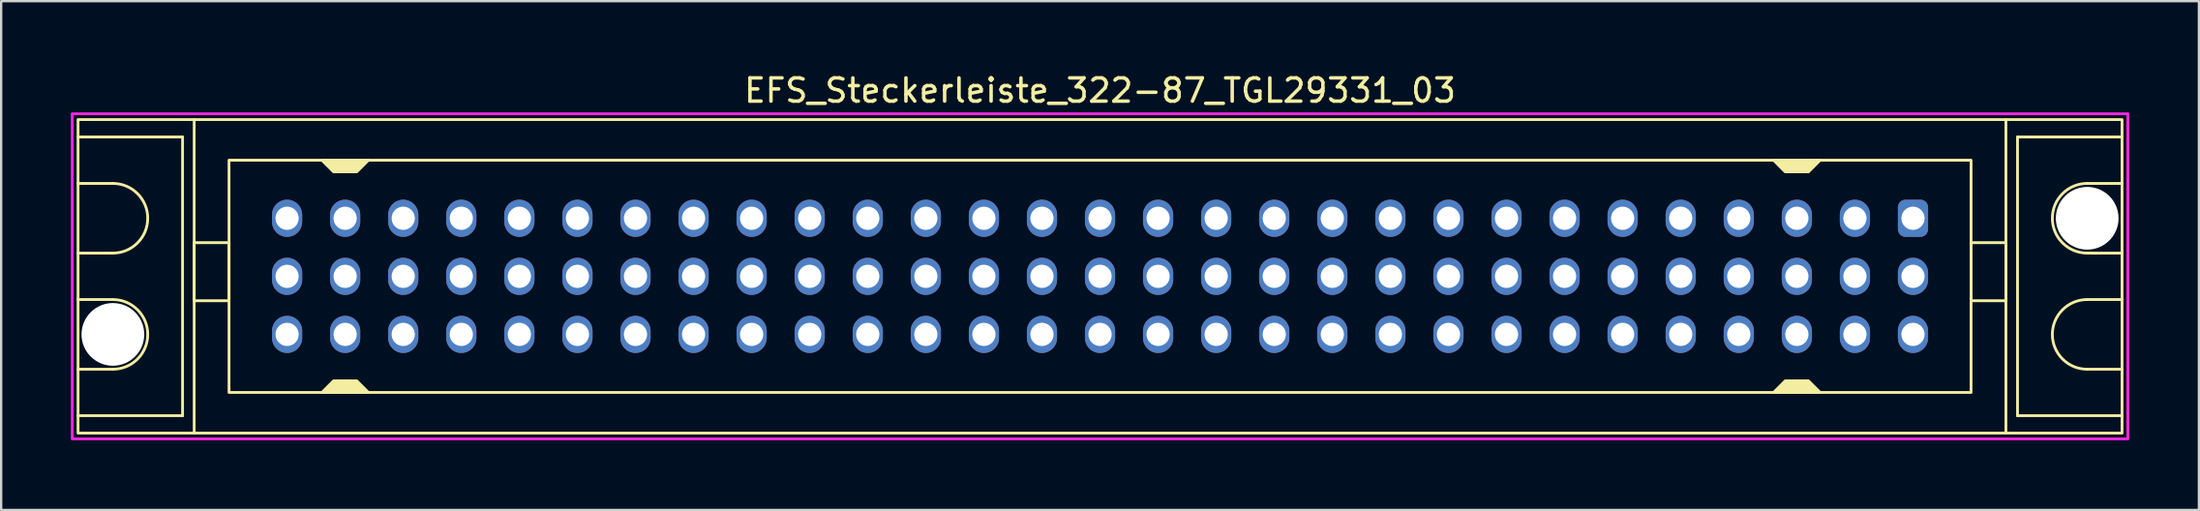
<source format=kicad_pcb>
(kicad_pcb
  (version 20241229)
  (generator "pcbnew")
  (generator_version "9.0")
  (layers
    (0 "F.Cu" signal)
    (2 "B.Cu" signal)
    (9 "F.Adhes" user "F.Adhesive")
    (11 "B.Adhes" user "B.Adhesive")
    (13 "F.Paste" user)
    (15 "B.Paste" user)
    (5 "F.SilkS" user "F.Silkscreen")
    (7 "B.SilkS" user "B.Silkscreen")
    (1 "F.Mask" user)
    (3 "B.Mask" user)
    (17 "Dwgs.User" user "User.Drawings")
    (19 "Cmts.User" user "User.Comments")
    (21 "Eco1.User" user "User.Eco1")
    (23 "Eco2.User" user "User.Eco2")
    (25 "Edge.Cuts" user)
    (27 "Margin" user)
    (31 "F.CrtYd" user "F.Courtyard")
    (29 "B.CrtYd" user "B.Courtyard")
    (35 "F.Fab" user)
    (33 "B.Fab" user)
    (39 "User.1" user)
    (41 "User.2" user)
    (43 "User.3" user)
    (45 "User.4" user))
  (footprint "EFS_Steckerleiste_322-87_TGL29331_03"
    (layer "F.Cu")
    (at 44.31 8.848)
    (property "Reference" "EFS_Steckerleiste_322-87_TGL29331_03" (at 0 -8 180) (layer "F.SilkS") (effects (font (size 1 1) (thickness 0.15))))
    (attr through_hole)
    (fp_line (start -44 -6) (end -39.5 -6) (stroke (width 0.12) (type solid)) (layer "F.SilkS"))
    (fp_line (start -42.5 -4) (end -44 -4) (stroke (width 0.12) (type solid)) (layer "F.SilkS"))
    (fp_line (start -42.5 -1) (end -44 -1) (stroke (width 0.12) (type solid)) (layer "F.SilkS"))
    (fp_line (start -42.5 1) (end -44 1) (stroke (width 0.12) (type solid)) (layer "F.SilkS"))
    (fp_line (start -42.5 4) (end -44 4) (stroke (width 0.12) (type solid)) (layer "F.SilkS"))
    (fp_line (start -39.5 -6) (end -39.5 6) (stroke (width 0.12) (type solid)) (layer "F.SilkS"))
    (fp_line (start -39.5 6) (end -44 6) (stroke (width 0.12) (type solid)) (layer "F.SilkS"))
    (fp_line (start -39 6.75) (end -39 -6.75) (stroke (width 0.12) (type solid)) (layer "F.SilkS"))
    (fp_line (start 39 6.75) (end 39 -6.75) (stroke (width 0.12) (type solid)) (layer "F.SilkS"))
    (fp_line (start 39.5 -6) (end 39.5 6) (stroke (width 0.12) (type solid)) (layer "F.SilkS"))
    (fp_line (start 39.5 6) (end 44 6) (stroke (width 0.12) (type solid)) (layer "F.SilkS"))
    (fp_line (start 42.5 -4) (end 44 -4) (stroke (width 0.12) (type solid)) (layer "F.SilkS"))
    (fp_line (start 42.5 -1) (end 44 -1) (stroke (width 0.12) (type solid)) (layer "F.SilkS"))
    (fp_line (start 42.5 1) (end 44 1) (stroke (width 0.12) (type solid)) (layer "F.SilkS"))
    (fp_line (start 42.5 4) (end 44 4) (stroke (width 0.12) (type solid)) (layer "F.SilkS"))
    (fp_line (start 44 -6) (end 39.5 -6) (stroke (width 0.12) (type solid)) (layer "F.SilkS"))
    (fp_rect (start -44 -6.75) (end 44 6.75) (stroke (width 0.12) (type solid)) (fill no) (layer "F.SilkS"))
    (fp_rect (start -37.5 -5) (end 37.5 5) (stroke (width 0.12) (type solid)) (fill no) (layer "F.SilkS"))
    (fp_rect (start -37.5 -1.45) (end -39 1.05) (stroke (width 0.12) (type solid)) (fill no) (layer "F.SilkS"))
    (fp_rect (start 39 -1.45) (end 37.5 1.05) (stroke (width 0.12) (type solid)) (fill no) (layer "F.SilkS"))
    (fp_arc (start -42.5 -4) (mid -41 -2.5) (end -42.5 -1) (stroke (width 0.12) (type solid)) (layer "F.SilkS"))
    (fp_arc (start -42.5 1) (mid -41 2.5) (end -42.5 4) (stroke (width 0.12) (type solid)) (layer "F.SilkS"))
    (fp_arc (start 42.5 -1) (mid 41 -2.5) (end 42.5 -4) (stroke (width 0.12) (type solid)) (layer "F.SilkS"))
    (fp_arc (start 42.5 4) (mid 41 2.5) (end 42.5 1) (stroke (width 0.12) (type solid)) (layer "F.SilkS"))
    (fp_poly (pts (xy -33 4.5) (xy -32 4.5) (xy -31.5 5) (xy -33.5 5)) (stroke (width 0.12) (type solid)) (fill yes) (layer "F.SilkS"))
    (fp_poly (pts (xy -32 -4.5) (xy -33 -4.5) (xy -33.5 -5) (xy -31.5 -5)) (stroke (width 0.12) (type solid)) (fill yes) (layer "F.SilkS"))
    (fp_poly (pts (xy 29.5 4.5) (xy 30.5 4.5) (xy 31 5) (xy 29 5)) (stroke (width 0.12) (type solid)) (fill yes) (layer "F.SilkS"))
    (fp_poly (pts (xy 30.5 -4.5) (xy 29.5 -4.5) (xy 29 -5) (xy 31 -5)) (stroke (width 0.12) (type solid)) (fill yes) (layer "F.SilkS"))
    (fp_rect (start -44.25 -7) (end 44.25 7) (stroke (width 0.12) (type solid)) (fill no) (layer "F.CrtYd"))
    (pad "" np_thru_hole circle (at -42.5 2.5) (size 2.7 2.7) (drill 2.7) (layers "*.Cu" "*.Mask"))
    (pad "" np_thru_hole circle (at 42.5 -2.5) (size 2.7 2.7) (drill 2.7) (layers "*.Cu" "*.Mask"))
    (pad "1a" thru_hole roundrect (at 35 -2.5) (size 1.3 1.6) (drill 1) (layers "*.Cu" "*.Mask") (roundrect_rratio 0.25))
    (pad "1b" thru_hole oval (at 35 0) (size 1.3 1.6) (drill 1) (layers "*.Cu" "*.Mask"))
    (pad "1c" thru_hole oval (at 35 2.5) (size 1.3 1.6) (drill 1) (layers "*.Cu" "*.Mask"))
    (pad "2a" thru_hole oval (at 32.5 -2.5) (size 1.3 1.6) (drill 1) (layers "*.Cu" "*.Mask"))
    (pad "2b" thru_hole oval (at 32.5 0) (size 1.3 1.6) (drill 1) (layers "*.Cu" "*.Mask"))
    (pad "2c" thru_hole oval (at 32.5 2.5) (size 1.3 1.6) (drill 1) (layers "*.Cu" "*.Mask"))
    (pad "3a" thru_hole oval (at 30 -2.5) (size 1.3 1.6) (drill 1) (layers "*.Cu" "*.Mask"))
    (pad "3b" thru_hole oval (at 30 0) (size 1.3 1.6) (drill 1) (layers "*.Cu" "*.Mask"))
    (pad "3c" thru_hole oval (at 30 2.5) (size 1.3 1.6) (drill 1) (layers "*.Cu" "*.Mask"))
    (pad "4a" thru_hole oval (at 27.5 -2.5) (size 1.3 1.6) (drill 1) (layers "*.Cu" "*.Mask"))
    (pad "4b" thru_hole oval (at 27.5 0) (size 1.3 1.6) (drill 1) (layers "*.Cu" "*.Mask"))
    (pad "4c" thru_hole oval (at 27.5 2.5) (size 1.3 1.6) (drill 1) (layers "*.Cu" "*.Mask"))
    (pad "5a" thru_hole oval (at 25 -2.5) (size 1.3 1.6) (drill 1) (layers "*.Cu" "*.Mask"))
    (pad "5b" thru_hole oval (at 25 0) (size 1.3 1.6) (drill 1) (layers "*.Cu" "*.Mask"))
    (pad "5c" thru_hole oval (at 25 2.5) (size 1.3 1.6) (drill 1) (layers "*.Cu" "*.Mask"))
    (pad "6a" thru_hole oval (at 22.5 -2.5) (size 1.3 1.6) (drill 1) (layers "*.Cu" "*.Mask"))
    (pad "6b" thru_hole oval (at 22.5 0) (size 1.3 1.6) (drill 1) (layers "*.Cu" "*.Mask"))
    (pad "6c" thru_hole oval (at 22.5 2.5) (size 1.3 1.6) (drill 1) (layers "*.Cu" "*.Mask"))
    (pad "7a" thru_hole oval (at 20 -2.5) (size 1.3 1.6) (drill 1) (layers "*.Cu" "*.Mask"))
    (pad "7b" thru_hole oval (at 20 0) (size 1.3 1.6) (drill 1) (layers "*.Cu" "*.Mask"))
    (pad "7c" thru_hole oval (at 20 2.5) (size 1.3 1.6) (drill 1) (layers "*.Cu" "*.Mask"))
    (pad "8a" thru_hole oval (at 17.5 -2.5) (size 1.3 1.6) (drill 1) (layers "*.Cu" "*.Mask"))
    (pad "8b" thru_hole oval (at 17.5 0) (size 1.3 1.6) (drill 1) (layers "*.Cu" "*.Mask"))
    (pad "8c" thru_hole oval (at 17.5 2.5) (size 1.3 1.6) (drill 1) (layers "*.Cu" "*.Mask"))
    (pad "9a" thru_hole oval (at 15 -2.5) (size 1.3 1.6) (drill 1) (layers "*.Cu" "*.Mask"))
    (pad "9b" thru_hole oval (at 15 0) (size 1.3 1.6) (drill 1) (layers "*.Cu" "*.Mask"))
    (pad "9c" thru_hole oval (at 15 2.5) (size 1.3 1.6) (drill 1) (layers "*.Cu" "*.Mask"))
    (pad "10a" thru_hole oval (at 12.5 -2.5) (size 1.3 1.6) (drill 1) (layers "*.Cu" "*.Mask"))
    (pad "10b" thru_hole oval (at 12.5 0) (size 1.3 1.6) (drill 1) (layers "*.Cu" "*.Mask"))
    (pad "10c" thru_hole oval (at 12.5 2.5) (size 1.3 1.6) (drill 1) (layers "*.Cu" "*.Mask"))
    (pad "11a" thru_hole oval (at 10 -2.5) (size 1.3 1.6) (drill 1) (layers "*.Cu" "*.Mask"))
    (pad "11b" thru_hole oval (at 10 0) (size 1.3 1.6) (drill 1) (layers "*.Cu" "*.Mask"))
    (pad "11c" thru_hole oval (at 10 2.5) (size 1.3 1.6) (drill 1) (layers "*.Cu" "*.Mask"))
    (pad "12a" thru_hole oval (at 7.5 -2.5) (size 1.3 1.6) (drill 1) (layers "*.Cu" "*.Mask"))
    (pad "12b" thru_hole oval (at 7.5 0) (size 1.3 1.6) (drill 1) (layers "*.Cu" "*.Mask"))
    (pad "12c" thru_hole oval (at 7.5 2.5) (size 1.3 1.6) (drill 1) (layers "*.Cu" "*.Mask"))
    (pad "13a" thru_hole oval (at 5 -2.5) (size 1.3 1.6) (drill 1) (layers "*.Cu" "*.Mask"))
    (pad "13b" thru_hole oval (at 5 0) (size 1.3 1.6) (drill 1) (layers "*.Cu" "*.Mask"))
    (pad "13c" thru_hole oval (at 5 2.5) (size 1.3 1.6) (drill 1) (layers "*.Cu" "*.Mask"))
    (pad "14a" thru_hole oval (at 2.5 -2.5) (size 1.3 1.6) (drill 1) (layers "*.Cu" "*.Mask"))
    (pad "14b" thru_hole oval (at 2.5 0) (size 1.3 1.6) (drill 1) (layers "*.Cu" "*.Mask"))
    (pad "14c" thru_hole oval (at 2.5 2.5) (size 1.3 1.6) (drill 1) (layers "*.Cu" "*.Mask"))
    (pad "15a" thru_hole oval (at 0 -2.5) (size 1.3 1.6) (drill 1) (layers "*.Cu" "*.Mask"))
    (pad "15b" thru_hole oval (at 0 0) (size 1.3 1.6) (drill 1) (layers "*.Cu" "*.Mask"))
    (pad "15c" thru_hole oval (at 0 2.5) (size 1.3 1.6) (drill 1) (layers "*.Cu" "*.Mask"))
    (pad "16a" thru_hole oval (at -2.5 -2.5) (size 1.3 1.6) (drill 1) (layers "*.Cu" "*.Mask"))
    (pad "16b" thru_hole oval (at -2.5 0) (size 1.3 1.6) (drill 1) (layers "*.Cu" "*.Mask"))
    (pad "16c" thru_hole oval (at -2.5 2.5) (size 1.3 1.6) (drill 1) (layers "*.Cu" "*.Mask"))
    (pad "17a" thru_hole oval (at -5 -2.5) (size 1.3 1.6) (drill 1) (layers "*.Cu" "*.Mask"))
    (pad "17b" thru_hole oval (at -5 0) (size 1.3 1.6) (drill 1) (layers "*.Cu" "*.Mask"))
    (pad "17c" thru_hole oval (at -5 2.5) (size 1.3 1.6) (drill 1) (layers "*.Cu" "*.Mask"))
    (pad "18a" thru_hole oval (at -7.5 -2.5) (size 1.3 1.6) (drill 1) (layers "*.Cu" "*.Mask"))
    (pad "18b" thru_hole oval (at -7.5 0) (size 1.3 1.6) (drill 1) (layers "*.Cu" "*.Mask"))
    (pad "18c" thru_hole oval (at -7.5 2.5) (size 1.3 1.6) (drill 1) (layers "*.Cu" "*.Mask"))
    (pad "19a" thru_hole oval (at -10 -2.5) (size 1.3 1.6) (drill 1) (layers "*.Cu" "*.Mask"))
    (pad "19b" thru_hole oval (at -10 0) (size 1.3 1.6) (drill 1) (layers "*.Cu" "*.Mask"))
    (pad "19c" thru_hole oval (at -10 2.5) (size 1.3 1.6) (drill 1) (layers "*.Cu" "*.Mask"))
    (pad "20a" thru_hole oval (at -12.5 -2.5) (size 1.3 1.6) (drill 1) (layers "*.Cu" "*.Mask"))
    (pad "20b" thru_hole oval (at -12.5 0) (size 1.3 1.6) (drill 1) (layers "*.Cu" "*.Mask"))
    (pad "20c" thru_hole oval (at -12.5 2.5) (size 1.3 1.6) (drill 1) (layers "*.Cu" "*.Mask"))
    (pad "21a" thru_hole oval (at -15 -2.5) (size 1.3 1.6) (drill 1) (layers "*.Cu" "*.Mask"))
    (pad "21b" thru_hole oval (at -15 0) (size 1.3 1.6) (drill 1) (layers "*.Cu" "*.Mask"))
    (pad "21c" thru_hole oval (at -15 2.5) (size 1.3 1.6) (drill 1) (layers "*.Cu" "*.Mask"))
    (pad "22a" thru_hole oval (at -17.5 -2.5) (size 1.3 1.6) (drill 1) (layers "*.Cu" "*.Mask"))
    (pad "22b" thru_hole oval (at -17.5 0) (size 1.3 1.6) (drill 1) (layers "*.Cu" "*.Mask"))
    (pad "22c" thru_hole oval (at -17.5 2.5) (size 1.3 1.6) (drill 1) (layers "*.Cu" "*.Mask"))
    (pad "23a" thru_hole oval (at -20 -2.5) (size 1.3 1.6) (drill 1) (layers "*.Cu" "*.Mask"))
    (pad "23b" thru_hole oval (at -20 0) (size 1.3 1.6) (drill 1) (layers "*.Cu" "*.Mask"))
    (pad "23c" thru_hole oval (at -20 2.5) (size 1.3 1.6) (drill 1) (layers "*.Cu" "*.Mask"))
    (pad "24a" thru_hole oval (at -22.5 -2.5) (size 1.3 1.6) (drill 1) (layers "*.Cu" "*.Mask"))
    (pad "24b" thru_hole oval (at -22.5 0) (size 1.3 1.6) (drill 1) (layers "*.Cu" "*.Mask"))
    (pad "24c" thru_hole oval (at -22.5 2.5) (size 1.3 1.6) (drill 1) (layers "*.Cu" "*.Mask"))
    (pad "25a" thru_hole oval (at -25 -2.5) (size 1.3 1.6) (drill 1) (layers "*.Cu" "*.Mask"))
    (pad "25b" thru_hole oval (at -25 0) (size 1.3 1.6) (drill 1) (layers "*.Cu" "*.Mask"))
    (pad "25c" thru_hole oval (at -25 2.5) (size 1.3 1.6) (drill 1) (layers "*.Cu" "*.Mask"))
    (pad "26a" thru_hole oval (at -27.5 -2.5) (size 1.3 1.6) (drill 1) (layers "*.Cu" "*.Mask"))
    (pad "26b" thru_hole oval (at -27.5 0) (size 1.3 1.6) (drill 1) (layers "*.Cu" "*.Mask"))
    (pad "26c" thru_hole oval (at -27.5 2.5) (size 1.3 1.6) (drill 1) (layers "*.Cu" "*.Mask"))
    (pad "27a" thru_hole oval (at -30 -2.5) (size 1.3 1.6) (drill 1) (layers "*.Cu" "*.Mask"))
    (pad "27b" thru_hole oval (at -30 0) (size 1.3 1.6) (drill 1) (layers "*.Cu" "*.Mask"))
    (pad "27c" thru_hole oval (at -30 2.5) (size 1.3 1.6) (drill 1) (layers "*.Cu" "*.Mask"))
    (pad "28a" thru_hole oval (at -32.5 -2.5) (size 1.3 1.6) (drill 1) (layers "*.Cu" "*.Mask"))
    (pad "28b" thru_hole oval (at -32.5 0) (size 1.3 1.6) (drill 1) (layers "*.Cu" "*.Mask"))
    (pad "28c" thru_hole oval (at -32.5 2.5) (size 1.3 1.6) (drill 1) (layers "*.Cu" "*.Mask"))
    (pad "29a" thru_hole oval (at -35 -2.5) (size 1.3 1.6) (drill 1) (layers "*.Cu" "*.Mask"))
    (pad "29b" thru_hole oval (at -35 0) (size 1.3 1.6) (drill 1) (layers "*.Cu" "*.Mask"))
    (pad "29c" thru_hole oval (at -35 2.5) (size 1.3 1.6) (drill 1) (layers "*.Cu" "*.Mask")))
  (gr_rect
    (start -3 -3)
    (end 91.62 18.908)
    (stroke (width 0.1) (type default))
    (fill no)
    (layer "Edge.Cuts")))
</source>
